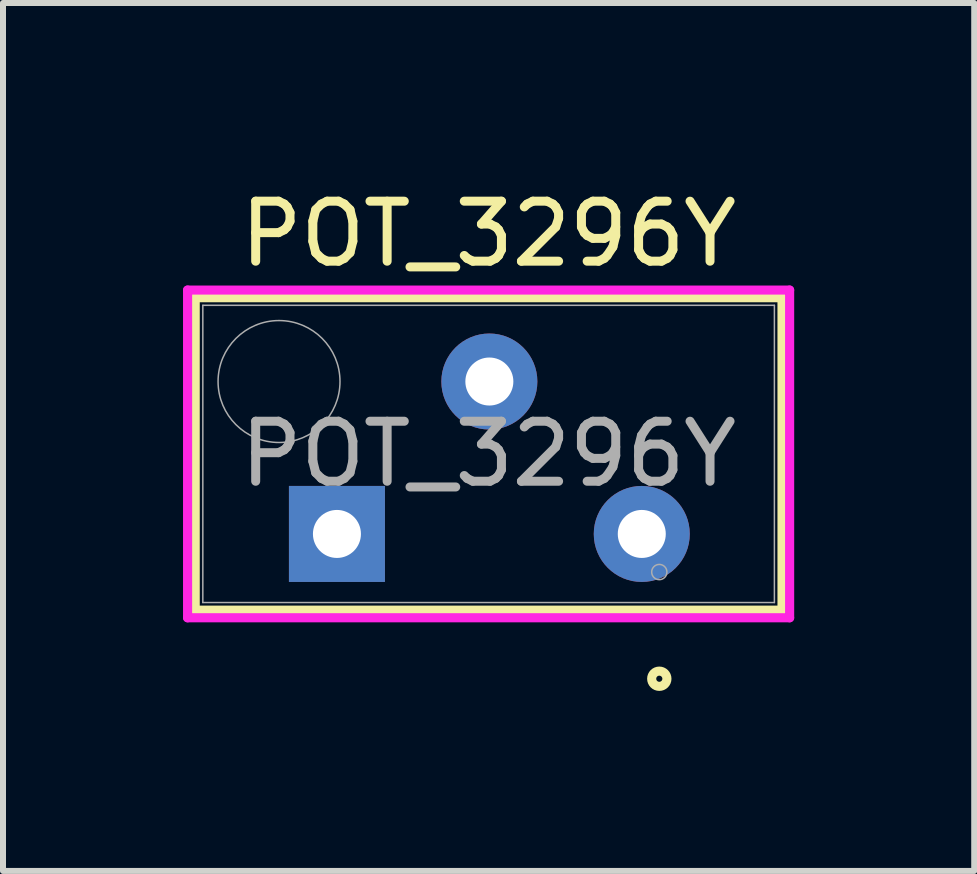
<source format=kicad_pcb>
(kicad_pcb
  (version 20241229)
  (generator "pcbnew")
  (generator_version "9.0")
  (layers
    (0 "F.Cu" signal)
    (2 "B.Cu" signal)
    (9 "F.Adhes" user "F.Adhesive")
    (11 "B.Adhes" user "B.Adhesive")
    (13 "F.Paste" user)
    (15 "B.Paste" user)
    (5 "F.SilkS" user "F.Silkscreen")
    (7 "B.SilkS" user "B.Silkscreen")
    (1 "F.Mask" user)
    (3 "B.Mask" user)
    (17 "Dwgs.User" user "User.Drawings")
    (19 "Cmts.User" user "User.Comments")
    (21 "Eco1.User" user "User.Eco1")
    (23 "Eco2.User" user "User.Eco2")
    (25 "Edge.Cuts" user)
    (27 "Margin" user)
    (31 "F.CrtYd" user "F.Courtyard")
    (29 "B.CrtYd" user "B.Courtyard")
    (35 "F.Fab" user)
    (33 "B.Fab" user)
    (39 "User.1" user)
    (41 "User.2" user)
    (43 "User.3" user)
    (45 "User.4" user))
  (footprint "POT_3296Y"
    (layer "F.Cu")
    (at 2.565 5.848)
    (property "Reference" "POT_3296Y" (at 2.527 -5 0) (unlocked yes) (layer "F.SilkS") (effects (font (size 1 1) (thickness 0.15))))
    (attr through_hole)
    (fp_line (start -2.362 -3.937) (end -2.362 1.27) (stroke (width 0.152) (type solid)) (layer "F.SilkS"))
    (fp_line (start -2.362 1.27) (end 7.417 1.27) (stroke (width 0.152) (type solid)) (layer "F.SilkS"))
    (fp_line (start 7.417 -3.937) (end -2.362 -3.937) (stroke (width 0.152) (type solid)) (layer "F.SilkS"))
    (fp_line (start 7.417 1.27) (end 7.417 -3.937) (stroke (width 0.152) (type solid)) (layer "F.SilkS"))
    (fp_circle (center 5.372 2.413) (end 5.499 2.413) (stroke (width 0.152) (type solid)) (fill no) (layer "F.SilkS"))
    (fp_line (start -2.489 -4.064) (end 7.544 -4.064) (stroke (width 0.152) (type solid)) (layer "F.CrtYd"))
    (fp_line (start -2.489 1.397) (end -2.489 -4.064) (stroke (width 0.152) (type solid)) (layer "F.CrtYd"))
    (fp_line (start 7.544 -4.064) (end 7.544 1.397) (stroke (width 0.152) (type solid)) (layer "F.CrtYd"))
    (fp_line (start 7.544 1.397) (end -2.489 1.397) (stroke (width 0.152) (type solid)) (layer "F.CrtYd"))
    (fp_line (start -2.235 -3.81) (end -2.235 1.143) (stroke (width 0.025) (type solid)) (layer "F.Fab"))
    (fp_line (start -2.235 1.143) (end 7.29 1.143) (stroke (width 0.025) (type solid)) (layer "F.Fab"))
    (fp_line (start 7.29 -3.81) (end -2.235 -3.81) (stroke (width 0.025) (type solid)) (layer "F.Fab"))
    (fp_line (start 7.29 1.143) (end 7.29 -3.81) (stroke (width 0.025) (type solid)) (layer "F.Fab"))
    (fp_circle (center -0.965 -2.54) (end 0.051 -2.54) (stroke (width 0.025) (type solid)) (fill no) (layer "F.Fab"))
    (fp_circle (center 5.372 0.635) (end 5.499 0.635) (stroke (width 0.025) (type solid)) (fill no) (layer "F.Fab"))
    (fp_text user "${REFERENCE}" (at 2.527 -1.333 0) (unlocked yes) (layer "F.Fab") (effects (font (size 1 1) (thickness 0.15))))
    (pad "1" thru_hole circle (at 5.08 0) (size 1.6 1.6) (drill 0.8) (layers "*.Cu" "*.Mask"))
    (pad "2" thru_hole circle (at 2.54 -2.54) (size 1.6 1.6) (drill 0.8) (layers "*.Cu" "*.Mask"))
    (pad "3" thru_hole rect (at 0 0) (size 1.6 1.6) (drill 0.8) (layers "*.Cu" "*.Mask")))
  (gr_rect
    (start -3 -3)
    (end 13.185 11.464)
    (stroke (width 0.1) (type default))
    (fill no)
    (layer "Edge.Cuts")))
</source>
